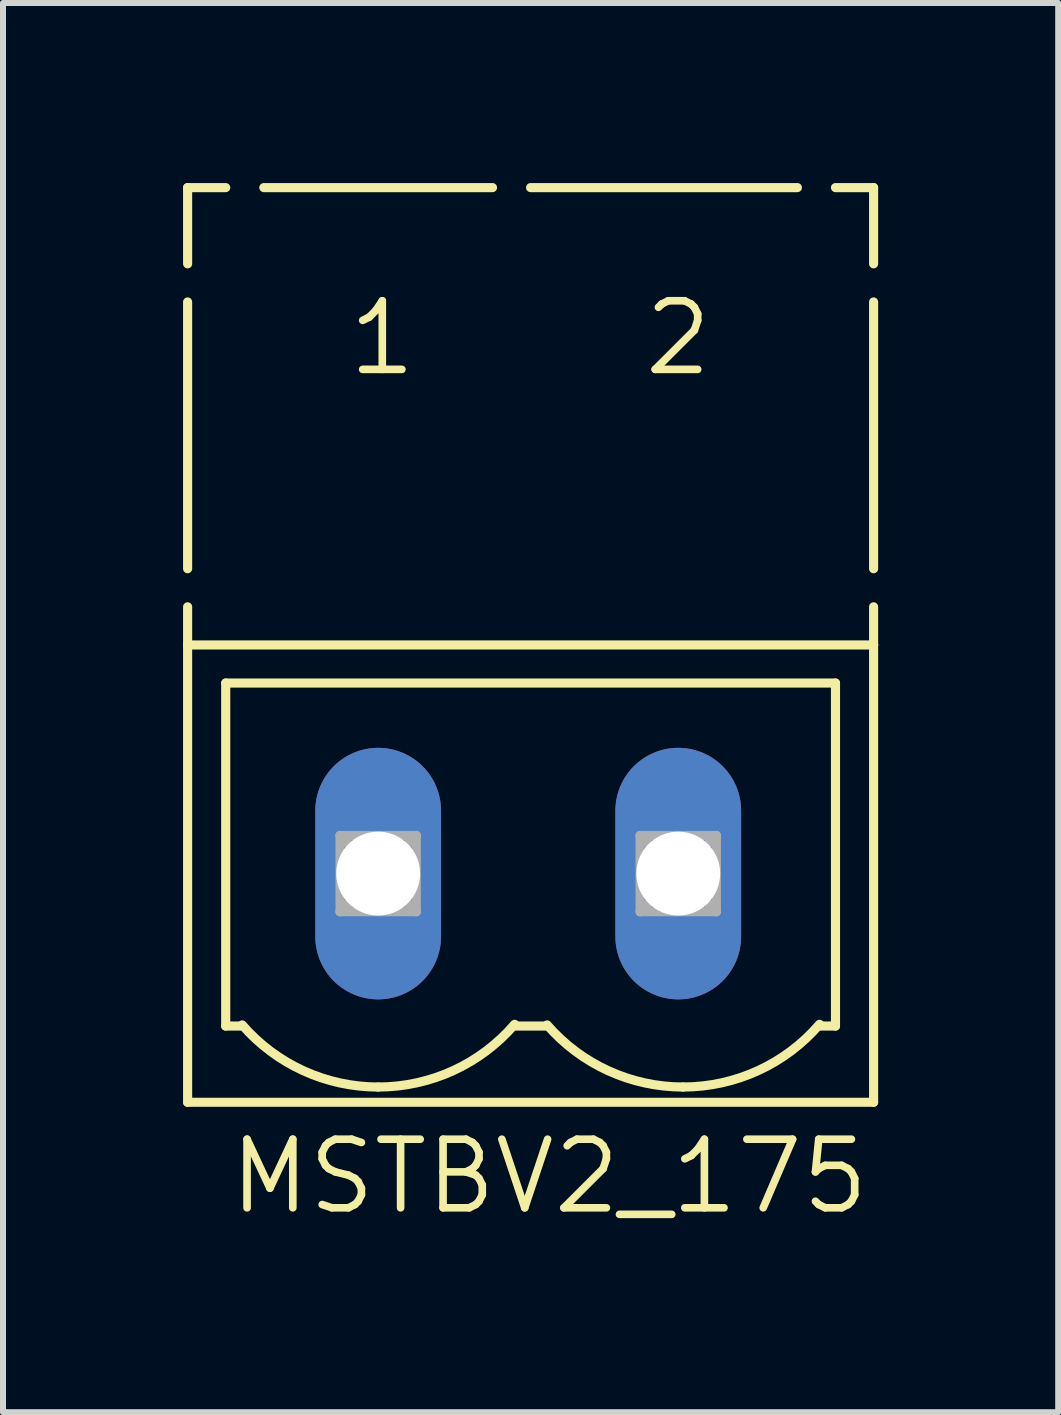
<source format=kicad_pcb>
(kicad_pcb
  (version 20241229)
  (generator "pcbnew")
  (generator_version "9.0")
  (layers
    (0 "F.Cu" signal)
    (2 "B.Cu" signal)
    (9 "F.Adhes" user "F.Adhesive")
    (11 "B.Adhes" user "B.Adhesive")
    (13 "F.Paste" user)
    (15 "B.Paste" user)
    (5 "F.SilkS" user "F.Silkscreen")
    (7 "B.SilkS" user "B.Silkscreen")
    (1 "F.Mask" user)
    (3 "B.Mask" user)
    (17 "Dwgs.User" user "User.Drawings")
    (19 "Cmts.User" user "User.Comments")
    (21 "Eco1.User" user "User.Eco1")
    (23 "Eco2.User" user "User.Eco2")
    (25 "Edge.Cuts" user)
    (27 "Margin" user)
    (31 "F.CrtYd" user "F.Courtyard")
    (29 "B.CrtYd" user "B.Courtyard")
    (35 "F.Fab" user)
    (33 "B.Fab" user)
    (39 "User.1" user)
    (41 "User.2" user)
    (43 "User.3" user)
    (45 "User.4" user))
  (footprint "MSTBV2_175"
    (layer "F.Cu")
    (at 5.751 11.506)
    (property "Reference" "MSTBV2_175" (at -5.04 5.715 0) (unlocked yes) (layer "F.SilkS") (effects (font (size 1.143 1.143) (thickness 0.127)) (justify left bottom)))
    (fp_line (start -5.675 -11.43) (end -5.675 -10.16) (stroke (width 0.152) (type solid)) (layer "F.SilkS"))
    (fp_line (start -5.675 -11.43) (end -5.04 -11.43) (stroke (width 0.152) (type solid)) (layer "F.SilkS"))
    (fp_line (start -5.675 -9.525) (end -5.675 -5.08) (stroke (width 0.152) (type solid)) (layer "F.SilkS"))
    (fp_line (start -5.675 -4.445) (end -5.675 -3.81) (stroke (width 0.152) (type solid)) (layer "F.SilkS"))
    (fp_line (start -5.675 -3.81) (end -5.675 3.81) (stroke (width 0.152) (type solid)) (layer "F.SilkS"))
    (fp_line (start -5.675 -3.81) (end 5.755 -3.81) (stroke (width 0.152) (type solid)) (layer "F.SilkS"))
    (fp_line (start -5.675 3.81) (end 5.755 3.81) (stroke (width 0.152) (type solid)) (layer "F.SilkS"))
    (fp_line (start -5.04 -3.175) (end 5.12 -3.175) (stroke (width 0.152) (type solid)) (layer "F.SilkS"))
    (fp_line (start -5.04 2.54) (end -5.04 -3.175) (stroke (width 0.152) (type solid)) (layer "F.SilkS"))
    (fp_line (start -5.04 2.54) (end -4.786 2.54) (stroke (width 0.152) (type solid)) (layer "F.SilkS"))
    (fp_line (start -4.405 -11.43) (end -0.595 -11.43) (stroke (width 0.152) (type solid)) (layer "F.SilkS"))
    (fp_line (start -0.214 2.54) (end 0.294 2.54) (stroke (width 0.152) (type solid)) (layer "F.SilkS"))
    (fp_line (start 0.04 -11.43) (end 4.485 -11.43) (stroke (width 0.152) (type solid)) (layer "F.SilkS"))
    (fp_line (start 4.866 2.54) (end 5.12 2.54) (stroke (width 0.152) (type solid)) (layer "F.SilkS"))
    (fp_line (start 5.12 -11.43) (end 5.755 -11.43) (stroke (width 0.152) (type solid)) (layer "F.SilkS"))
    (fp_line (start 5.12 -3.175) (end 5.12 2.54) (stroke (width 0.152) (type solid)) (layer "F.SilkS"))
    (fp_line (start 5.755 -11.43) (end 5.755 -10.16) (stroke (width 0.152) (type solid)) (layer "F.SilkS"))
    (fp_line (start 5.755 -9.525) (end 5.755 -5.08) (stroke (width 0.152) (type solid)) (layer "F.SilkS"))
    (fp_line (start 5.755 -4.445) (end 5.755 -3.81) (stroke (width 0.152) (type solid)) (layer "F.SilkS"))
    (fp_line (start 5.755 3.81) (end 5.755 -3.81) (stroke (width 0.152) (type solid)) (layer "F.SilkS"))
    (fp_arc (start -2.499999 3.5561) (mid -3.744985 3.285281) (end -4.765 2.5218) (stroke (width 0.1524) (type solid)) (layer "F.SilkS"))
    (fp_arc (start -0.2262 2.5116) (mid -1.248899 3.282431) (end -2.5 3.556) (stroke (width 0.1524) (type solid)) (layer "F.SilkS"))
    (fp_arc (start 2.58 3.555999) (mid 1.335023 3.285235) (end 0.315 2.5218) (stroke (width 0.1524) (type solid)) (layer "F.SilkS"))
    (fp_arc (start 4.8538 2.511599) (mid 3.831101 3.282431) (end 2.58 3.556) (stroke (width 0.1524) (type solid)) (layer "F.SilkS"))
    (fp_line (start -3.135 -0.635) (end -3.135 0.635) (stroke (width 0.152) (type solid)) (layer "F.Fab"))
    (fp_line (start -3.135 -0.635) (end -1.865 0.635) (stroke (width 0.152) (type solid)) (layer "F.Fab"))
    (fp_line (start -3.135 0.635) (end -1.865 -0.635) (stroke (width 0.152) (type solid)) (layer "F.Fab"))
    (fp_line (start -3.135 0.635) (end -1.865 0.635) (stroke (width 0.152) (type solid)) (layer "F.Fab"))
    (fp_line (start -1.865 -0.635) (end -3.135 -0.635) (stroke (width 0.152) (type solid)) (layer "F.Fab"))
    (fp_line (start -1.865 0.635) (end -1.865 -0.635) (stroke (width 0.152) (type solid)) (layer "F.Fab"))
    (fp_line (start 1.865 -0.635) (end 1.865 0.635) (stroke (width 0.152) (type solid)) (layer "F.Fab"))
    (fp_line (start 1.865 -0.635) (end 3.135 0.635) (stroke (width 0.152) (type solid)) (layer "F.Fab"))
    (fp_line (start 1.865 0.635) (end 3.135 -0.635) (stroke (width 0.152) (type solid)) (layer "F.Fab"))
    (fp_line (start 1.865 0.635) (end 3.135 0.635) (stroke (width 0.152) (type solid)) (layer "F.Fab"))
    (fp_line (start 3.135 -0.635) (end 1.865 -0.635) (stroke (width 0.152) (type solid)) (layer "F.Fab"))
    (fp_line (start 3.135 0.635) (end 3.135 -0.635) (stroke (width 0.152) (type solid)) (layer "F.Fab"))
    (fp_text user "2" (at 1.869 -8.255 0) (unlocked yes) (layer "F.SilkS") (effects (font (size 1.143 1.143) (thickness 0.127)) (justify left bottom)))
    (fp_text user "1" (at -3.059 -8.255 0) (unlocked yes) (layer "F.SilkS") (effects (font (size 1.143 1.143) (thickness 0.127)) (justify left bottom)))
    (pad "1" thru_hole oval (at -2.5 0 90) (size 4.191 2.095) (drill 1.397) (layers "*.Cu" "*.Mask"))
    (pad "2" thru_hole oval (at 2.5 0 90) (size 4.191 2.095) (drill 1.397) (layers "*.Cu" "*.Mask")))
  (gr_rect
    (start -3 -3)
    (end 14.582 20.48)
    (stroke (width 0.1) (type default))
    (fill no)
    (layer "Edge.Cuts")))
</source>
